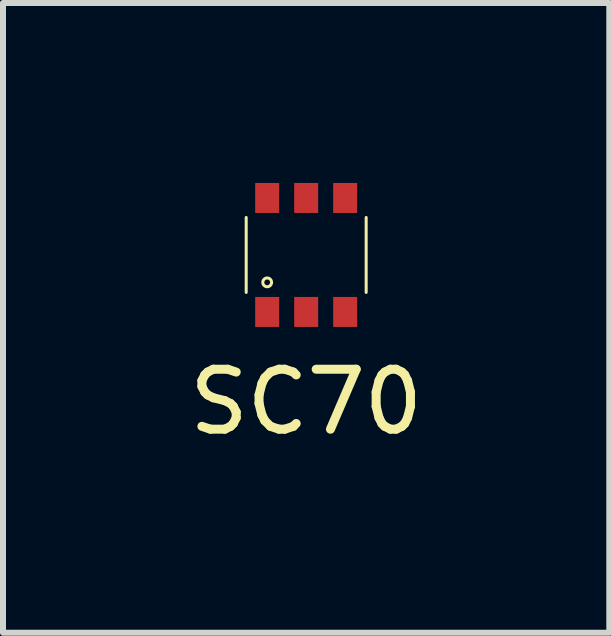
<source format=kicad_pcb>
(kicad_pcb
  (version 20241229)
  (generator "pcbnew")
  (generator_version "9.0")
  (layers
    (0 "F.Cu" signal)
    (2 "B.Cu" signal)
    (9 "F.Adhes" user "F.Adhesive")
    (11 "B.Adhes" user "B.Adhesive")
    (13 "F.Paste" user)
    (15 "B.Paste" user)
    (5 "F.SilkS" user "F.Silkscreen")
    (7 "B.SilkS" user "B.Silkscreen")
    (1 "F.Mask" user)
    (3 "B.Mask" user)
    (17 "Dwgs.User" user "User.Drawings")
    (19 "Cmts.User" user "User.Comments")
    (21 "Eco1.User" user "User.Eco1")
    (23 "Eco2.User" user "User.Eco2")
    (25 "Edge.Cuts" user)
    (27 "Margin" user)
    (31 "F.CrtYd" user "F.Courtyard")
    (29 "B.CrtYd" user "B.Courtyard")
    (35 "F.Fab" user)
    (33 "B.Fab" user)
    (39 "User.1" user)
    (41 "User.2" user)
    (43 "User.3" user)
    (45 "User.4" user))
  (footprint "SC70"
    (layer "F.Cu")
    (at 2.054 1.2)
    (property "Reference" "SC70" (at 0 2.45 0) (layer "F.SilkS") (effects (font (size 1 1) (thickness 0.15))))
    (attr through_hole)
    (fp_line (start -1 -0.625) (end -1 0.625) (stroke (width 0.05) (type solid)) (layer "F.SilkS"))
    (fp_line (start 1 -0.625) (end 1 0.625) (stroke (width 0.05) (type solid)) (layer "F.SilkS"))
    (fp_circle (center -0.65 0.457) (end -0.579 0.439) (stroke (width 0.05) (type solid)) (fill no) (layer "F.SilkS"))
    (pad "1" smd rect (at -0.65 0.95) (size 0.4 0.5) (layers "F.Cu" "F.Mask" "F.Paste"))
    (pad "2" smd rect (at 0 0.95) (size 0.4 0.5) (layers "F.Cu" "F.Mask" "F.Paste"))
    (pad "3" smd rect (at 0.65 0.95) (size 0.4 0.5) (layers "F.Cu" "F.Mask" "F.Paste"))
    (pad "4" smd rect (at 0.65 -0.95) (size 0.4 0.5) (layers "F.Cu" "F.Mask" "F.Paste"))
    (pad "5" smd rect (at 0 -0.95) (size 0.4 0.5) (layers "F.Cu" "F.Mask" "F.Paste"))
    (pad "6" smd rect (at -0.65 -0.95) (size 0.4 0.5) (layers "F.Cu" "F.Mask" "F.Paste")))
  (gr_rect
    (start -3 -3)
    (end 7.107 7.498)
    (stroke (width 0.1) (type default))
    (fill no)
    (layer "Edge.Cuts")))
</source>
